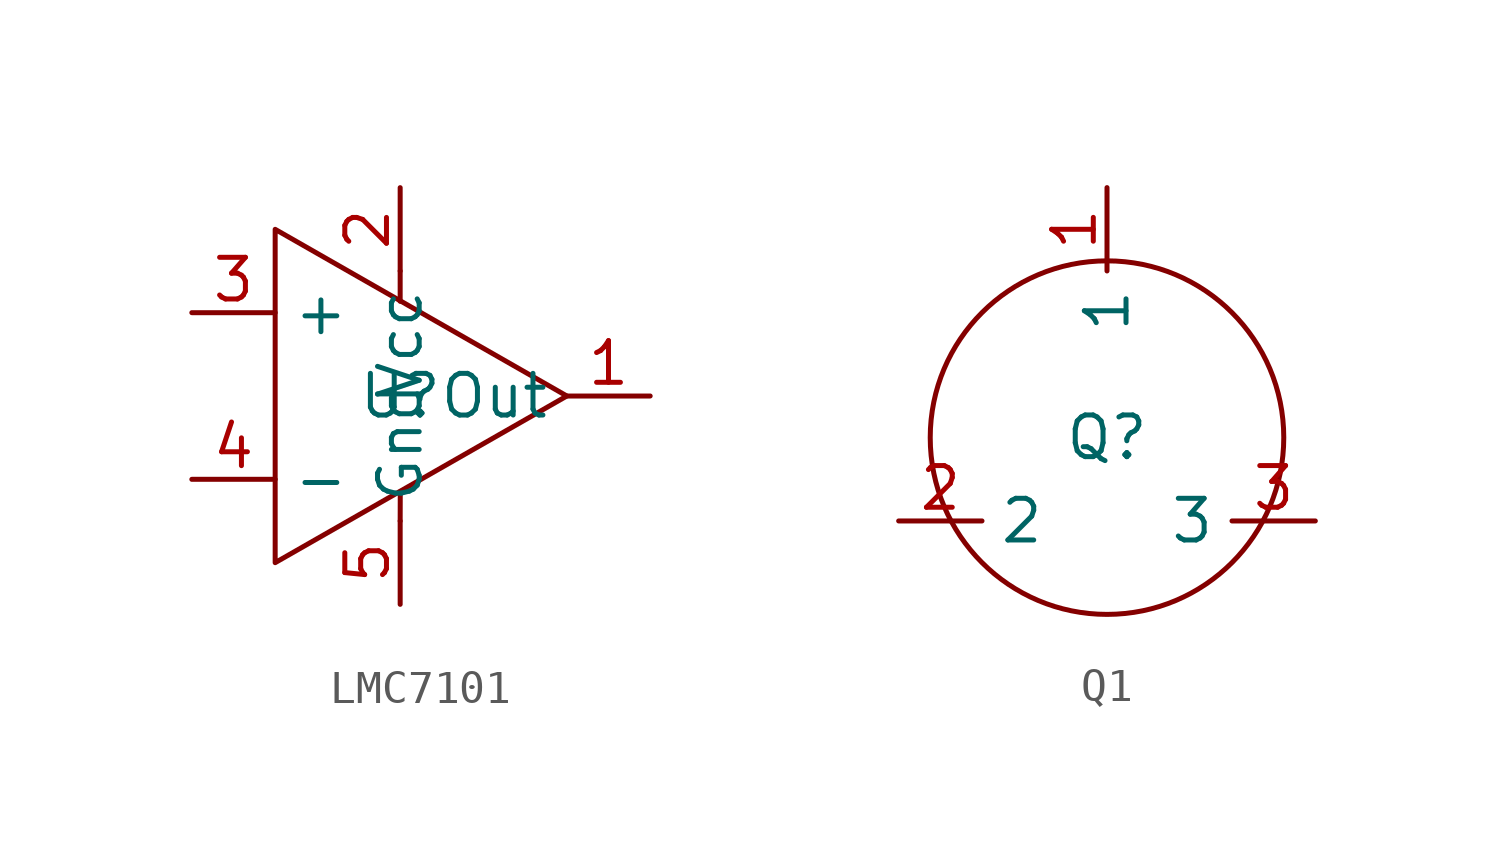
<source format=kicad_sym>
(kicad_symbol_lib
  (version 20231120)
  (generator "kicad_symbol_editor")
  (generator_version "8.0")
  (symbol "LMC7101"
    (property "Reference" "U"
      (at 0 0 0)
      (effects (font (size 1.27 1.27))))
    (property "Value" ""
      (at 0 0 0)
      (effects (font (size 1.27 1.27))))
    (symbol "LMC7101_0_1"
      (polyline (pts (xy -3.81 5.08) (xy -3.81 -5.08) (xy 5.08 0) (xy -3.81 5.08)) (stroke (width 0) (type default)) (fill (type none))))
    (symbol "LMC7101_1_1"
      (polyline (pts (xy 0 -3.81) (xy 0.003 -2.916)) (stroke (width 0) (type default)) (fill (type none)))
      (polyline (pts (xy 0 3.81) (xy -0.0001 2.887)) (stroke (width 0) (type default)) (fill (type none)))
      (pin output line (at 7.62 0 180) (length 2.54) (name "Out" (effects (font (size 1.27 1.27)))) (number "1" (effects (font (size 1.27 1.27)))))
      (pin power_in line (at 0 6.35 270) (length 2.54) (name "Vcc" (effects (font (size 1.27 1.27)))) (number "2" (effects (font (size 1.27 1.27)))))
      (pin input line (at -6.35 2.54 0) (length 2.54) (name "+" (effects (font (size 1.27 1.27)))) (number "3" (effects (font (size 1.27 1.27)))))
      (pin input line (at -6.35 -2.54 0) (length 2.54) (name "-" (effects (font (size 1.27 1.27)))) (number "4" (effects (font (size 1.27 1.27)))))
      (pin power_in line (at 0 -6.35 90) (length 2.54) (name "Gnd" (effects (font (size 1.27 1.27)))) (number "5" (effects (font (size 1.27 1.27)))))))
  (symbol "Q1"
    (property "Reference" "Q"
      (at 0 0 0)
      (effects (font (size 1.27 1.27))))
    (property "Value" ""
      (at 0 0 0)
      (effects (font (size 1.27 1.27))))
    (symbol "Q1_0_1"
      (circle (center 0 0) (radius 5.388) (stroke (width 0) (type default)) (fill (type none))))
    (symbol "Q1_1_1"
      (pin input line (at 0 7.62 270) (length 2.54) (name "1" (effects (font (size 1.27 1.27)))) (number "1" (effects (font (size 1.27 1.27)))))
      (pin input line (at -6.35 -2.54 0) (length 2.54) (name "2" (effects (font (size 1.27 1.27)))) (number "2" (effects (font (size 1.27 1.27)))))
      (pin input line (at 6.35 -2.54 180) (length 2.54) (name "3" (effects (font (size 1.27 1.27)))) (number "3" (effects (font (size 1.27 1.27))))))))
</source>
